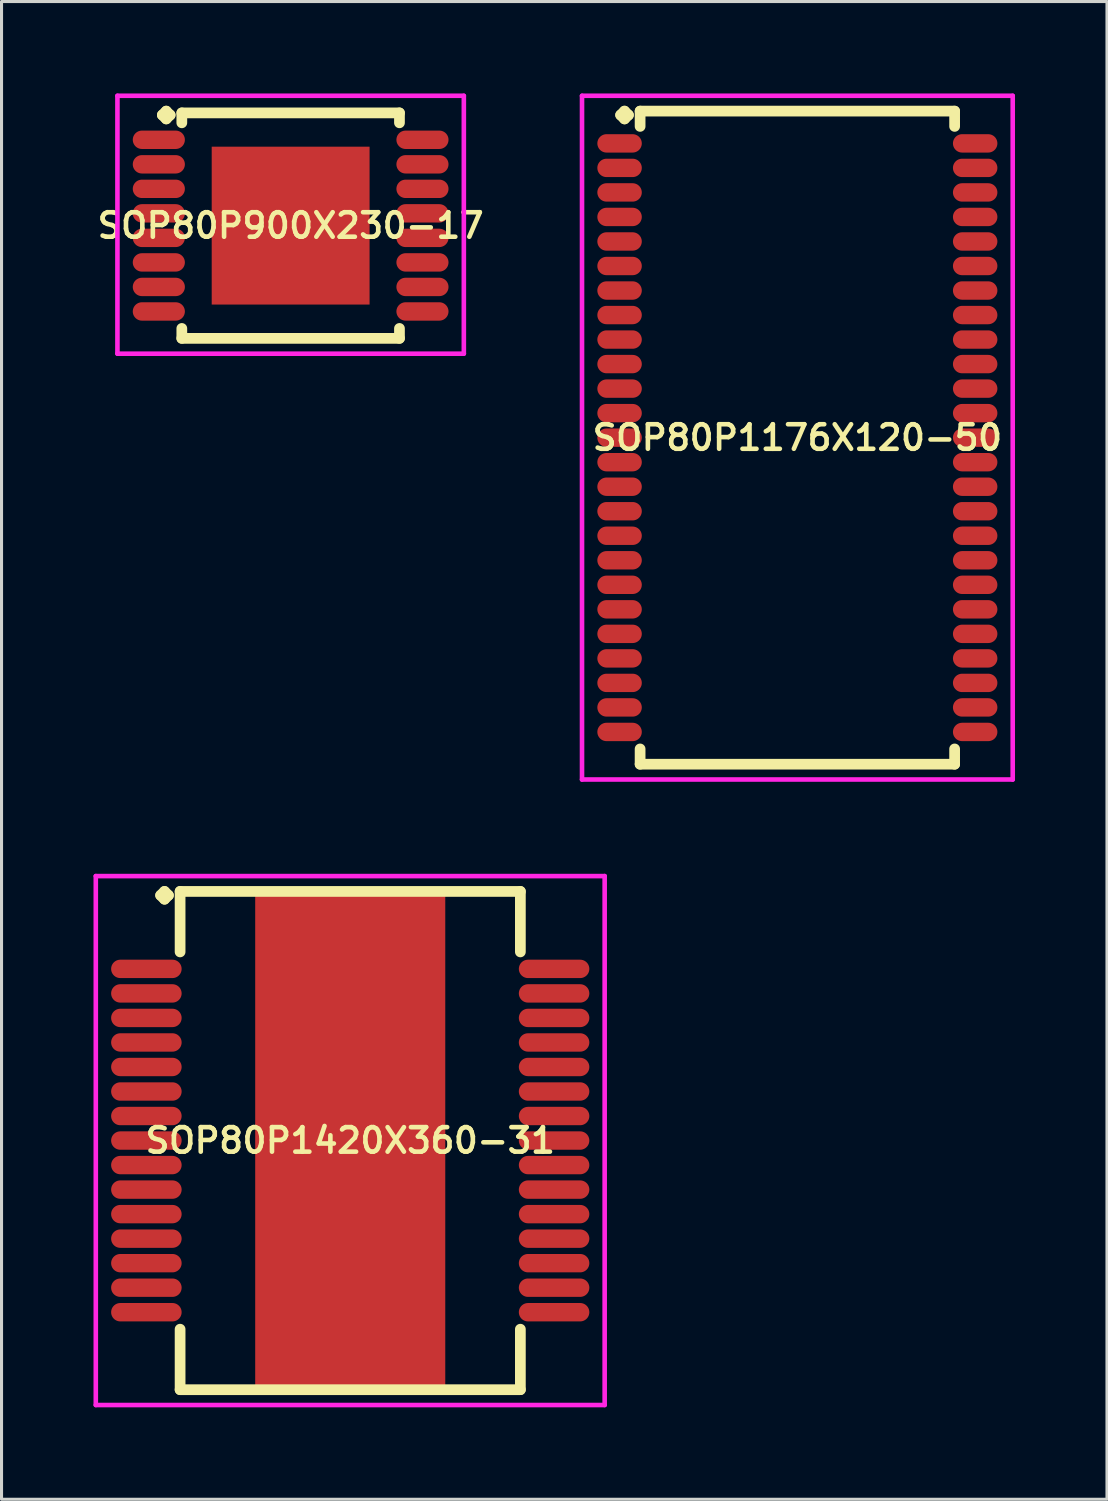
<source format=kicad_pcb>
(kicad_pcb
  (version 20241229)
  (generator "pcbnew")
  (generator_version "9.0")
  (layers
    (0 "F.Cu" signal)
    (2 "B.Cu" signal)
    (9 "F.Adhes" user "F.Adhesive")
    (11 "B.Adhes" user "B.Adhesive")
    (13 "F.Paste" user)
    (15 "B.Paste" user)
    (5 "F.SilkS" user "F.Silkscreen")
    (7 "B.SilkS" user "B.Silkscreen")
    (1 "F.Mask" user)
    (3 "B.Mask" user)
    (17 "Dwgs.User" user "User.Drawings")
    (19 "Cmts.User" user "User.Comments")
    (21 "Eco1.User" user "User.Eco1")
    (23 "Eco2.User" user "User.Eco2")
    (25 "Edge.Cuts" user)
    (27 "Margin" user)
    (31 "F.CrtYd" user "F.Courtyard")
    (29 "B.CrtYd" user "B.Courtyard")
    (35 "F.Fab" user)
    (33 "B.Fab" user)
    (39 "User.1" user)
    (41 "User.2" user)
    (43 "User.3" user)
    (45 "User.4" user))
  (footprint "SOP80P900X230-17"
    (layer "F.Cu")
    (at 6.431 4.31)
    (property "Reference" "SOP80P900X230-17" (at 0 0 0) (layer "F.SilkS") (effects (font (size 0.8 0.8) (thickness 0.15))))
    (attr through_hole)
    (fp_line (start -4.185 -3.608) (end -4.058 -3.735) (stroke (width 0.35) (type solid)) (layer "F.SilkS"))
    (fp_line (start -4.058 -3.735) (end -3.931 -3.608) (stroke (width 0.35) (type solid)) (layer "F.SilkS"))
    (fp_line (start -4.058 -3.481) (end -4.185 -3.608) (stroke (width 0.35) (type solid)) (layer "F.SilkS"))
    (fp_line (start -3.931 -3.608) (end -4.058 -3.481) (stroke (width 0.35) (type solid)) (layer "F.SilkS"))
    (fp_line (start -3.55 -3.677) (end 3.55 -3.677) (stroke (width 0.35) (type solid)) (layer "F.SilkS"))
    (fp_line (start -3.55 -3.354) (end -3.55 -3.677) (stroke (width 0.35) (type solid)) (layer "F.SilkS"))
    (fp_line (start -3.55 3.354) (end -3.55 3.677) (stroke (width 0.35) (type solid)) (layer "F.SilkS"))
    (fp_line (start -3.55 3.677) (end 3.55 3.677) (stroke (width 0.35) (type solid)) (layer "F.SilkS"))
    (fp_line (start 3.55 -3.677) (end 3.55 -3.354) (stroke (width 0.35) (type solid)) (layer "F.SilkS"))
    (fp_line (start 3.55 3.677) (end 3.55 3.354) (stroke (width 0.35) (type solid)) (layer "F.SilkS"))
    (fp_line (start -5.65 -4.235) (end 5.65 -4.235) (stroke (width 0.15) (type solid)) (layer "F.CrtYd"))
    (fp_line (start -5.65 4.177) (end -5.65 -4.235) (stroke (width 0.15) (type solid)) (layer "F.CrtYd"))
    (fp_line (start 5.65 -4.235) (end 5.65 4.177) (stroke (width 0.15) (type solid)) (layer "F.CrtYd"))
    (fp_line (start 5.65 4.177) (end -5.65 4.177) (stroke (width 0.15) (type solid)) (layer "F.CrtYd"))
    (pad "1" smd oval (at -4.3 -2.8) (size 1.7 0.6) (layers "F.Cu" "F.Mask" "F.Paste"))
    (pad "2" smd oval (at -4.3 -2) (size 1.7 0.6) (layers "F.Cu" "F.Mask" "F.Paste"))
    (pad "3" smd oval (at -4.3 -1.2) (size 1.7 0.6) (layers "F.Cu" "F.Mask" "F.Paste"))
    (pad "4" smd oval (at -4.3 -0.4) (size 1.7 0.6) (layers "F.Cu" "F.Mask" "F.Paste"))
    (pad "5" smd oval (at -4.3 0.4) (size 1.7 0.6) (layers "F.Cu" "F.Mask" "F.Paste"))
    (pad "6" smd oval (at -4.3 1.2) (size 1.7 0.6) (layers "F.Cu" "F.Mask" "F.Paste"))
    (pad "7" smd oval (at -4.3 2) (size 1.7 0.6) (layers "F.Cu" "F.Mask" "F.Paste"))
    (pad "8" smd oval (at -4.3 2.8) (size 1.7 0.6) (layers "F.Cu" "F.Mask" "F.Paste"))
    (pad "9" smd oval (at 4.3 2.8) (size 1.7 0.6) (layers "F.Cu" "F.Mask" "F.Paste"))
    (pad "10" smd oval (at 4.3 2) (size 1.7 0.6) (layers "F.Cu" "F.Mask" "F.Paste"))
    (pad "11" smd oval (at 4.3 1.2) (size 1.7 0.6) (layers "F.Cu" "F.Mask" "F.Paste"))
    (pad "12" smd oval (at 4.3 0.4) (size 1.7 0.6) (layers "F.Cu" "F.Mask" "F.Paste"))
    (pad "13" smd oval (at 4.3 -0.4) (size 1.7 0.6) (layers "F.Cu" "F.Mask" "F.Paste"))
    (pad "14" smd oval (at 4.3 -1.2) (size 1.7 0.6) (layers "F.Cu" "F.Mask" "F.Paste"))
    (pad "15" smd oval (at 4.3 -2) (size 1.7 0.6) (layers "F.Cu" "F.Mask" "F.Paste"))
    (pad "16" smd oval (at 4.3 -2.8) (size 1.7 0.6) (layers "F.Cu" "F.Mask" "F.Paste"))
    (pad "17" smd rect (at 0 0) (size 5.15 5.15) (layers "F.Cu" "F.Mask" "F.Paste")))
  (footprint "SOP80P1176X120-50"
    (layer "F.Cu")
    (at 22.961 11.227)
    (property "Reference" "SOP80P1176X120-50" (at 0 0 0) (layer "F.SilkS") (effects (font (size 0.8 0.8) (thickness 0.15))))
    (attr through_hole)
    (fp_line (start -5.765 -10.525) (end -5.638 -10.652) (stroke (width 0.35) (type solid)) (layer "F.SilkS"))
    (fp_line (start -5.638 -10.652) (end -5.511 -10.525) (stroke (width 0.35) (type solid)) (layer "F.SilkS"))
    (fp_line (start -5.638 -10.398) (end -5.765 -10.525) (stroke (width 0.35) (type solid)) (layer "F.SilkS"))
    (fp_line (start -5.511 -10.525) (end -5.638 -10.398) (stroke (width 0.35) (type solid)) (layer "F.SilkS"))
    (fp_line (start -5.13 -10.652) (end 5.13 -10.652) (stroke (width 0.35) (type solid)) (layer "F.SilkS"))
    (fp_line (start -5.13 -10.154) (end -5.13 -10.652) (stroke (width 0.35) (type solid)) (layer "F.SilkS"))
    (fp_line (start -5.13 10.154) (end -5.13 10.652) (stroke (width 0.35) (type solid)) (layer "F.SilkS"))
    (fp_line (start -5.13 10.652) (end 5.13 10.652) (stroke (width 0.35) (type solid)) (layer "F.SilkS"))
    (fp_line (start 5.13 -10.652) (end 5.13 -10.154) (stroke (width 0.35) (type solid)) (layer "F.SilkS"))
    (fp_line (start 5.13 10.652) (end 5.13 10.154) (stroke (width 0.35) (type solid)) (layer "F.SilkS"))
    (fp_line (start -7.025 -11.152) (end 7.025 -11.152) (stroke (width 0.15) (type solid)) (layer "F.CrtYd"))
    (fp_line (start -7.025 11.152) (end -7.025 -11.152) (stroke (width 0.15) (type solid)) (layer "F.CrtYd"))
    (fp_line (start 7.025 -11.152) (end 7.025 11.152) (stroke (width 0.15) (type solid)) (layer "F.CrtYd"))
    (fp_line (start 7.025 11.152) (end -7.025 11.152) (stroke (width 0.15) (type solid)) (layer "F.CrtYd"))
    (pad "1" smd oval (at -5.8 -9.6) (size 1.45 0.6) (layers "F.Cu" "F.Mask" "F.Paste"))
    (pad "2" smd oval (at -5.8 -8.8) (size 1.45 0.6) (layers "F.Cu" "F.Mask" "F.Paste"))
    (pad "3" smd oval (at -5.8 -8) (size 1.45 0.6) (layers "F.Cu" "F.Mask" "F.Paste"))
    (pad "4" smd oval (at -5.8 -7.2) (size 1.45 0.6) (layers "F.Cu" "F.Mask" "F.Paste"))
    (pad "5" smd oval (at -5.8 -6.4) (size 1.45 0.6) (layers "F.Cu" "F.Mask" "F.Paste"))
    (pad "6" smd oval (at -5.8 -5.6) (size 1.45 0.6) (layers "F.Cu" "F.Mask" "F.Paste"))
    (pad "7" smd oval (at -5.8 -4.8) (size 1.45 0.6) (layers "F.Cu" "F.Mask" "F.Paste"))
    (pad "8" smd oval (at -5.8 -4) (size 1.45 0.6) (layers "F.Cu" "F.Mask" "F.Paste"))
    (pad "9" smd oval (at -5.8 -3.2) (size 1.45 0.6) (layers "F.Cu" "F.Mask" "F.Paste"))
    (pad "10" smd oval (at -5.8 -2.4) (size 1.45 0.6) (layers "F.Cu" "F.Mask" "F.Paste"))
    (pad "11" smd oval (at -5.8 -1.6) (size 1.45 0.6) (layers "F.Cu" "F.Mask" "F.Paste"))
    (pad "12" smd oval (at -5.8 -0.8) (size 1.45 0.6) (layers "F.Cu" "F.Mask" "F.Paste"))
    (pad "13" smd oval (at -5.8 0) (size 1.45 0.6) (layers "F.Cu" "F.Mask" "F.Paste"))
    (pad "14" smd oval (at -5.8 0.8) (size 1.45 0.6) (layers "F.Cu" "F.Mask" "F.Paste"))
    (pad "15" smd oval (at -5.8 1.6) (size 1.45 0.6) (layers "F.Cu" "F.Mask" "F.Paste"))
    (pad "16" smd oval (at -5.8 2.4) (size 1.45 0.6) (layers "F.Cu" "F.Mask" "F.Paste"))
    (pad "17" smd oval (at -5.8 3.2) (size 1.45 0.6) (layers "F.Cu" "F.Mask" "F.Paste"))
    (pad "18" smd oval (at -5.8 4) (size 1.45 0.6) (layers "F.Cu" "F.Mask" "F.Paste"))
    (pad "19" smd oval (at -5.8 4.8) (size 1.45 0.6) (layers "F.Cu" "F.Mask" "F.Paste"))
    (pad "20" smd oval (at -5.8 5.6) (size 1.45 0.6) (layers "F.Cu" "F.Mask" "F.Paste"))
    (pad "21" smd oval (at -5.8 6.4) (size 1.45 0.6) (layers "F.Cu" "F.Mask" "F.Paste"))
    (pad "22" smd oval (at -5.8 7.2) (size 1.45 0.6) (layers "F.Cu" "F.Mask" "F.Paste"))
    (pad "23" smd oval (at -5.8 8) (size 1.45 0.6) (layers "F.Cu" "F.Mask" "F.Paste"))
    (pad "24" smd oval (at -5.8 8.8) (size 1.45 0.6) (layers "F.Cu" "F.Mask" "F.Paste"))
    (pad "25" smd oval (at -5.8 9.6) (size 1.45 0.6) (layers "F.Cu" "F.Mask" "F.Paste"))
    (pad "26" smd oval (at 5.8 9.6) (size 1.45 0.6) (layers "F.Cu" "F.Mask" "F.Paste"))
    (pad "27" smd oval (at 5.8 8.8) (size 1.45 0.6) (layers "F.Cu" "F.Mask" "F.Paste"))
    (pad "28" smd oval (at 5.8 8) (size 1.45 0.6) (layers "F.Cu" "F.Mask" "F.Paste"))
    (pad "29" smd oval (at 5.8 7.2) (size 1.45 0.6) (layers "F.Cu" "F.Mask" "F.Paste"))
    (pad "30" smd oval (at 5.8 6.4) (size 1.45 0.6) (layers "F.Cu" "F.Mask" "F.Paste"))
    (pad "31" smd oval (at 5.8 5.6) (size 1.45 0.6) (layers "F.Cu" "F.Mask" "F.Paste"))
    (pad "32" smd oval (at 5.8 4.8) (size 1.45 0.6) (layers "F.Cu" "F.Mask" "F.Paste"))
    (pad "33" smd oval (at 5.8 4) (size 1.45 0.6) (layers "F.Cu" "F.Mask" "F.Paste"))
    (pad "34" smd oval (at 5.8 3.2) (size 1.45 0.6) (layers "F.Cu" "F.Mask" "F.Paste"))
    (pad "35" smd oval (at 5.8 2.4) (size 1.45 0.6) (layers "F.Cu" "F.Mask" "F.Paste"))
    (pad "36" smd oval (at 5.8 1.6) (size 1.45 0.6) (layers "F.Cu" "F.Mask" "F.Paste"))
    (pad "37" smd oval (at 5.8 0.8) (size 1.45 0.6) (layers "F.Cu" "F.Mask" "F.Paste"))
    (pad "38" smd oval (at 5.8 0) (size 1.45 0.6) (layers "F.Cu" "F.Mask" "F.Paste"))
    (pad "39" smd oval (at 5.8 -0.8) (size 1.45 0.6) (layers "F.Cu" "F.Mask" "F.Paste"))
    (pad "40" smd oval (at 5.8 -1.6) (size 1.45 0.6) (layers "F.Cu" "F.Mask" "F.Paste"))
    (pad "41" smd oval (at 5.8 -2.4) (size 1.45 0.6) (layers "F.Cu" "F.Mask" "F.Paste"))
    (pad "42" smd oval (at 5.8 -3.2) (size 1.45 0.6) (layers "F.Cu" "F.Mask" "F.Paste"))
    (pad "43" smd oval (at 5.8 -4) (size 1.45 0.6) (layers "F.Cu" "F.Mask" "F.Paste"))
    (pad "44" smd oval (at 5.8 -4.8) (size 1.45 0.6) (layers "F.Cu" "F.Mask" "F.Paste"))
    (pad "45" smd oval (at 5.8 -5.6) (size 1.45 0.6) (layers "F.Cu" "F.Mask" "F.Paste"))
    (pad "46" smd oval (at 5.8 -6.4) (size 1.45 0.6) (layers "F.Cu" "F.Mask" "F.Paste"))
    (pad "47" smd oval (at 5.8 -7.2) (size 1.45 0.6) (layers "F.Cu" "F.Mask" "F.Paste"))
    (pad "48" smd oval (at 5.8 -8) (size 1.45 0.6) (layers "F.Cu" "F.Mask" "F.Paste"))
    (pad "49" smd oval (at 5.8 -8.8) (size 1.45 0.6) (layers "F.Cu" "F.Mask" "F.Paste"))
    (pad "50" smd oval (at 5.8 -9.6) (size 1.45 0.6) (layers "F.Cu" "F.Mask" "F.Paste")))
  (footprint "SOP80P1420X360-31"
    (layer "F.Cu")
    (at 8.375 34.156)
    (property "Reference" "SOP80P1420X360-31" (at 0 0 0) (layer "F.SilkS") (effects (font (size 0.8 0.8) (thickness 0.15))))
    (attr smd)
    (fp_line (start -6.185 -8) (end -6.058 -8.127) (stroke (width 0.35) (type solid)) (layer "F.SilkS"))
    (fp_line (start -6.058 -8.127) (end -5.931 -8) (stroke (width 0.35) (type solid)) (layer "F.SilkS"))
    (fp_line (start -6.058 -7.873) (end -6.185 -8) (stroke (width 0.35) (type solid)) (layer "F.SilkS"))
    (fp_line (start -5.931 -8) (end -6.058 -7.873) (stroke (width 0.35) (type solid)) (layer "F.SilkS"))
    (fp_line (start -5.55 -8.127) (end 5.55 -8.127) (stroke (width 0.35) (type solid)) (layer "F.SilkS"))
    (fp_line (start -5.55 -6.154) (end -5.55 -8.127) (stroke (width 0.35) (type solid)) (layer "F.SilkS"))
    (fp_line (start -5.55 6.154) (end -5.55 8.127) (stroke (width 0.35) (type solid)) (layer "F.SilkS"))
    (fp_line (start -5.55 8.127) (end 5.55 8.127) (stroke (width 0.35) (type solid)) (layer "F.SilkS"))
    (fp_line (start 5.55 -8.127) (end 5.55 -6.154) (stroke (width 0.35) (type solid)) (layer "F.SilkS"))
    (fp_line (start 5.55 8.127) (end 5.55 6.154) (stroke (width 0.35) (type solid)) (layer "F.SilkS"))
    (fp_line (start -8.3 -8.627) (end 8.3 -8.627) (stroke (width 0.15) (type solid)) (layer "F.CrtYd"))
    (fp_line (start -8.3 8.627) (end -8.3 -8.627) (stroke (width 0.15) (type solid)) (layer "F.CrtYd"))
    (fp_line (start 8.3 -8.627) (end 8.3 8.627) (stroke (width 0.15) (type solid)) (layer "F.CrtYd"))
    (fp_line (start 8.3 8.627) (end -8.3 8.627) (stroke (width 0.15) (type solid)) (layer "F.CrtYd"))
    (pad "1" smd oval (at -6.65 -5.6) (size 2.3 0.6) (layers "F.Cu" "F.Mask" "F.Paste"))
    (pad "2" smd oval (at -6.65 -4.8) (size 2.3 0.6) (layers "F.Cu" "F.Mask" "F.Paste"))
    (pad "3" smd oval (at -6.65 -4) (size 2.3 0.6) (layers "F.Cu" "F.Mask" "F.Paste"))
    (pad "4" smd oval (at -6.65 -3.2) (size 2.3 0.6) (layers "F.Cu" "F.Mask" "F.Paste"))
    (pad "5" smd oval (at -6.65 -2.4) (size 2.3 0.6) (layers "F.Cu" "F.Mask" "F.Paste"))
    (pad "6" smd oval (at -6.65 -1.6) (size 2.3 0.6) (layers "F.Cu" "F.Mask" "F.Paste"))
    (pad "7" smd oval (at -6.65 -0.8) (size 2.3 0.6) (layers "F.Cu" "F.Mask" "F.Paste"))
    (pad "8" smd oval (at -6.65 0) (size 2.3 0.6) (layers "F.Cu" "F.Mask" "F.Paste"))
    (pad "9" smd oval (at -6.65 0.8) (size 2.3 0.6) (layers "F.Cu" "F.Mask" "F.Paste"))
    (pad "10" smd oval (at -6.65 1.6) (size 2.3 0.6) (layers "F.Cu" "F.Mask" "F.Paste"))
    (pad "11" smd oval (at -6.65 2.4) (size 2.3 0.6) (layers "F.Cu" "F.Mask" "F.Paste"))
    (pad "12" smd oval (at -6.65 3.2) (size 2.3 0.6) (layers "F.Cu" "F.Mask" "F.Paste"))
    (pad "13" smd oval (at -6.65 4) (size 2.3 0.6) (layers "F.Cu" "F.Mask" "F.Paste"))
    (pad "14" smd oval (at -6.65 4.8) (size 2.3 0.6) (layers "F.Cu" "F.Mask" "F.Paste"))
    (pad "15" smd oval (at -6.65 5.6) (size 2.3 0.6) (layers "F.Cu" "F.Mask" "F.Paste"))
    (pad "16" smd oval (at 6.65 5.6) (size 2.3 0.6) (layers "F.Cu" "F.Mask" "F.Paste"))
    (pad "17" smd oval (at 6.65 4.8) (size 2.3 0.6) (layers "F.Cu" "F.Mask" "F.Paste"))
    (pad "18" smd oval (at 6.65 4) (size 2.3 0.6) (layers "F.Cu" "F.Mask" "F.Paste"))
    (pad "19" smd oval (at 6.65 3.2) (size 2.3 0.6) (layers "F.Cu" "F.Mask" "F.Paste"))
    (pad "20" smd oval (at 6.65 2.4) (size 2.3 0.6) (layers "F.Cu" "F.Mask" "F.Paste"))
    (pad "21" smd oval (at 6.65 1.6) (size 2.3 0.6) (layers "F.Cu" "F.Mask" "F.Paste"))
    (pad "22" smd oval (at 6.65 0.8) (size 2.3 0.6) (layers "F.Cu" "F.Mask" "F.Paste"))
    (pad "23" smd oval (at 6.65 0) (size 2.3 0.6) (layers "F.Cu" "F.Mask" "F.Paste"))
    (pad "24" smd oval (at 6.65 -0.8) (size 2.3 0.6) (layers "F.Cu" "F.Mask" "F.Paste"))
    (pad "25" smd oval (at 6.65 -1.6) (size 2.3 0.6) (layers "F.Cu" "F.Mask" "F.Paste"))
    (pad "26" smd oval (at 6.65 -2.4) (size 2.3 0.6) (layers "F.Cu" "F.Mask" "F.Paste"))
    (pad "27" smd oval (at 6.65 -3.2) (size 2.3 0.6) (layers "F.Cu" "F.Mask" "F.Paste"))
    (pad "28" smd oval (at 6.65 -4) (size 2.3 0.6) (layers "F.Cu" "F.Mask" "F.Paste"))
    (pad "29" smd oval (at 6.65 -4.8) (size 2.3 0.6) (layers "F.Cu" "F.Mask" "F.Paste"))
    (pad "30" smd oval (at 6.65 -5.6) (size 2.3 0.6) (layers "F.Cu" "F.Mask" "F.Paste"))
    (pad "31" smd rect (at 0 0) (size 6.2 16) (layers "F.Cu" "F.Mask" "F.Paste")))
  (gr_rect
    (start -3 -3)
    (end 33.061 45.858)
    (stroke (width 0.1) (type default))
    (fill no)
    (layer "Edge.Cuts")))
</source>
